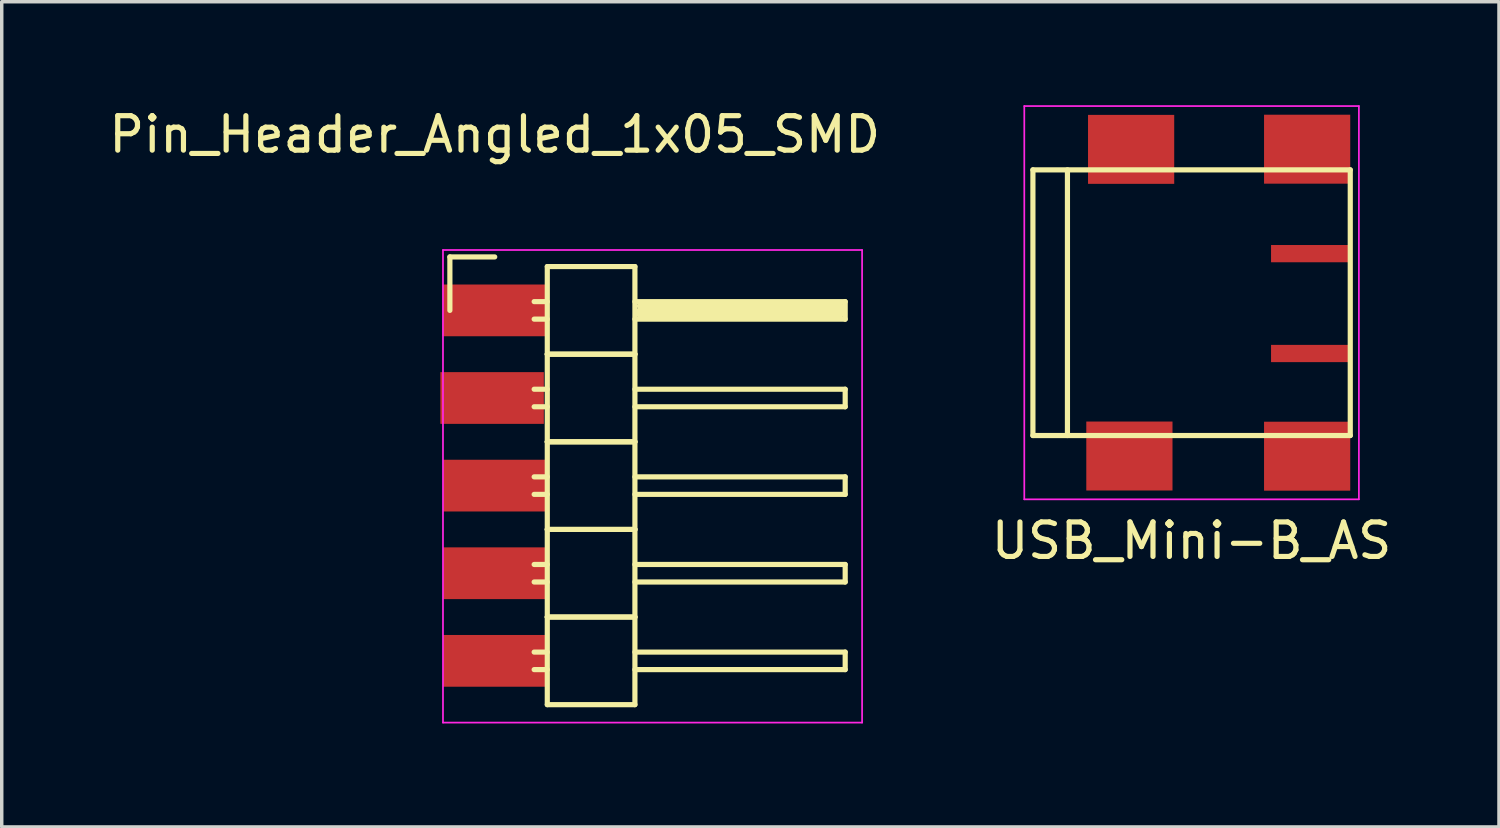
<source format=kicad_pcb>
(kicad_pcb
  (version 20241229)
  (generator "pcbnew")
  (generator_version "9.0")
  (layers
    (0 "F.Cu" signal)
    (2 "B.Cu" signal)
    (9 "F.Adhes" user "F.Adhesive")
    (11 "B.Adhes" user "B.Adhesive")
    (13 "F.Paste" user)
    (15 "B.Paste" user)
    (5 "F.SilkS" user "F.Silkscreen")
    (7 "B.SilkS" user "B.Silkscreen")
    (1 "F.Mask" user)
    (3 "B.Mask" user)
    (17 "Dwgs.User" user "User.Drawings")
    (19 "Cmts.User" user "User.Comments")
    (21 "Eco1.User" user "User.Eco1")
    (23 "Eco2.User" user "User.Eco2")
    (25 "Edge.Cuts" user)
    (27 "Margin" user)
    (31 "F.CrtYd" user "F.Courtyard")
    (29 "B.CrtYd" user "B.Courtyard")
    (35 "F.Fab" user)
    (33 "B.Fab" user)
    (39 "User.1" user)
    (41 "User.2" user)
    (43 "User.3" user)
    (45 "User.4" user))
  (footprint "Pin_Header_Angled_1x05_SMD"
    (layer "F.Cu")
    (at 11.292 5.948)
    (property "Reference" "Pin_Header_Angled_1x05_SMD" (at 0 -5.1 0) (layer "F.SilkS") (effects (font (size 1 1) (thickness 0.15))))
    (attr through_hole)
    (fp_line (start -1.3 -1.55) (end -1.3 0) (stroke (width 0.15) (type solid)) (layer "F.SilkS"))
    (fp_line (start 0 -1.55) (end -1.3 -1.55) (stroke (width 0.15) (type solid)) (layer "F.SilkS"))
    (fp_line (start 1.524 -1.27) (end 1.524 1.27) (stroke (width 0.15) (type solid)) (layer "F.SilkS"))
    (fp_line (start 1.524 -1.27) (end 4.064 -1.27) (stroke (width 0.15) (type solid)) (layer "F.SilkS"))
    (fp_line (start 1.524 -0.254) (end 1.143 -0.254) (stroke (width 0.15) (type solid)) (layer "F.SilkS"))
    (fp_line (start 1.524 0.254) (end 1.143 0.254) (stroke (width 0.15) (type solid)) (layer "F.SilkS"))
    (fp_line (start 1.524 1.27) (end 1.524 3.81) (stroke (width 0.15) (type solid)) (layer "F.SilkS"))
    (fp_line (start 1.524 1.27) (end 4.064 1.27) (stroke (width 0.15) (type solid)) (layer "F.SilkS"))
    (fp_line (start 1.524 1.27) (end 4.064 1.27) (stroke (width 0.15) (type solid)) (layer "F.SilkS"))
    (fp_line (start 1.524 2.286) (end 1.143 2.286) (stroke (width 0.15) (type solid)) (layer "F.SilkS"))
    (fp_line (start 1.524 2.794) (end 1.143 2.794) (stroke (width 0.15) (type solid)) (layer "F.SilkS"))
    (fp_line (start 1.524 3.81) (end 1.524 6.35) (stroke (width 0.15) (type solid)) (layer "F.SilkS"))
    (fp_line (start 1.524 3.81) (end 4.064 3.81) (stroke (width 0.15) (type solid)) (layer "F.SilkS"))
    (fp_line (start 1.524 3.81) (end 4.064 3.81) (stroke (width 0.15) (type solid)) (layer "F.SilkS"))
    (fp_line (start 1.524 4.826) (end 1.143 4.826) (stroke (width 0.15) (type solid)) (layer "F.SilkS"))
    (fp_line (start 1.524 5.334) (end 1.143 5.334) (stroke (width 0.15) (type solid)) (layer "F.SilkS"))
    (fp_line (start 1.524 6.35) (end 1.524 8.89) (stroke (width 0.15) (type solid)) (layer "F.SilkS"))
    (fp_line (start 1.524 6.35) (end 4.064 6.35) (stroke (width 0.15) (type solid)) (layer "F.SilkS"))
    (fp_line (start 1.524 6.35) (end 4.064 6.35) (stroke (width 0.15) (type solid)) (layer "F.SilkS"))
    (fp_line (start 1.524 7.366) (end 1.143 7.366) (stroke (width 0.15) (type solid)) (layer "F.SilkS"))
    (fp_line (start 1.524 7.874) (end 1.143 7.874) (stroke (width 0.15) (type solid)) (layer "F.SilkS"))
    (fp_line (start 1.524 8.89) (end 1.524 11.43) (stroke (width 0.15) (type solid)) (layer "F.SilkS"))
    (fp_line (start 1.524 8.89) (end 4.064 8.89) (stroke (width 0.15) (type solid)) (layer "F.SilkS"))
    (fp_line (start 1.524 8.89) (end 4.064 8.89) (stroke (width 0.15) (type solid)) (layer "F.SilkS"))
    (fp_line (start 1.524 9.906) (end 1.143 9.906) (stroke (width 0.15) (type solid)) (layer "F.SilkS"))
    (fp_line (start 1.524 10.414) (end 1.143 10.414) (stroke (width 0.15) (type solid)) (layer "F.SilkS"))
    (fp_line (start 1.524 11.43) (end 4.064 11.43) (stroke (width 0.15) (type solid)) (layer "F.SilkS"))
    (fp_line (start 4.064 -0.254) (end 10.16 -0.254) (stroke (width 0.15) (type solid)) (layer "F.SilkS"))
    (fp_line (start 4.064 1.27) (end 4.064 -1.27) (stroke (width 0.15) (type solid)) (layer "F.SilkS"))
    (fp_line (start 4.064 2.286) (end 10.16 2.286) (stroke (width 0.15) (type solid)) (layer "F.SilkS"))
    (fp_line (start 4.064 3.81) (end 4.064 1.27) (stroke (width 0.15) (type solid)) (layer "F.SilkS"))
    (fp_line (start 4.064 4.826) (end 10.16 4.826) (stroke (width 0.15) (type solid)) (layer "F.SilkS"))
    (fp_line (start 4.064 6.35) (end 4.064 3.81) (stroke (width 0.15) (type solid)) (layer "F.SilkS"))
    (fp_line (start 4.064 7.366) (end 10.16 7.366) (stroke (width 0.15) (type solid)) (layer "F.SilkS"))
    (fp_line (start 4.064 8.89) (end 4.064 6.35) (stroke (width 0.15) (type solid)) (layer "F.SilkS"))
    (fp_line (start 4.064 9.906) (end 10.16 9.906) (stroke (width 0.15) (type solid)) (layer "F.SilkS"))
    (fp_line (start 4.064 11.43) (end 4.064 8.89) (stroke (width 0.15) (type solid)) (layer "F.SilkS"))
    (fp_line (start 4.191 -0.127) (end 10.033 -0.127) (stroke (width 0.15) (type solid)) (layer "F.SilkS"))
    (fp_line (start 4.191 0) (end 10.033 0) (stroke (width 0.15) (type solid)) (layer "F.SilkS"))
    (fp_line (start 4.191 0.127) (end 4.191 0) (stroke (width 0.15) (type solid)) (layer "F.SilkS"))
    (fp_line (start 10.033 -0.127) (end 10.033 0.127) (stroke (width 0.15) (type solid)) (layer "F.SilkS"))
    (fp_line (start 10.033 0.127) (end 4.191 0.127) (stroke (width 0.15) (type solid)) (layer "F.SilkS"))
    (fp_line (start 10.16 -0.254) (end 10.16 0.254) (stroke (width 0.15) (type solid)) (layer "F.SilkS"))
    (fp_line (start 10.16 0.254) (end 4.064 0.254) (stroke (width 0.15) (type solid)) (layer "F.SilkS"))
    (fp_line (start 10.16 2.286) (end 10.16 2.794) (stroke (width 0.15) (type solid)) (layer "F.SilkS"))
    (fp_line (start 10.16 2.794) (end 4.064 2.794) (stroke (width 0.15) (type solid)) (layer "F.SilkS"))
    (fp_line (start 10.16 4.826) (end 10.16 5.334) (stroke (width 0.15) (type solid)) (layer "F.SilkS"))
    (fp_line (start 10.16 5.334) (end 4.064 5.334) (stroke (width 0.15) (type solid)) (layer "F.SilkS"))
    (fp_line (start 10.16 7.366) (end 10.16 7.874) (stroke (width 0.15) (type solid)) (layer "F.SilkS"))
    (fp_line (start 10.16 7.874) (end 4.064 7.874) (stroke (width 0.15) (type solid)) (layer "F.SilkS"))
    (fp_line (start 10.16 9.906) (end 10.16 10.414) (stroke (width 0.15) (type solid)) (layer "F.SilkS"))
    (fp_line (start 10.16 10.414) (end 4.064 10.414) (stroke (width 0.15) (type solid)) (layer "F.SilkS"))
    (fp_line (start -1.5 -1.75) (end -1.5 11.95) (stroke (width 0.05) (type solid)) (layer "F.CrtYd"))
    (fp_line (start -1.5 -1.75) (end 10.65 -1.75) (stroke (width 0.05) (type solid)) (layer "F.CrtYd"))
    (fp_line (start -1.5 11.95) (end 10.65 11.95) (stroke (width 0.05) (type solid)) (layer "F.CrtYd"))
    (fp_line (start 10.65 -1.75) (end 10.65 11.95) (stroke (width 0.05) (type solid)) (layer "F.CrtYd"))
    (pad "1" smd rect (at 0 0) (size 3.032 1.5) (layers "F.Cu" "F.Mask" "F.Paste"))
    (pad "2" smd rect (at -0.076 2.54) (size 3 1.5) (layers "F.Cu" "F.Mask" "F.Paste"))
    (pad "3" connect rect (at 0 5.08) (size 3 1.5) (layers "F.Cu" "F.Mask"))
    (pad "4" smd rect (at 0 7.62) (size 3 1.5) (layers "F.Cu" "F.Mask" "F.Paste"))
    (pad "5" smd rect (at 0 10.16) (size 3 1.5) (layers "F.Cu" "F.Mask" "F.Paste")))
  (footprint "USB_Mini-B_AS"
    (layer "F.Cu")
    (at 31.494 5.725)
    (property "Reference" "USB_Mini-B_AS" (at 0 6.901 0) (layer "F.SilkS") (effects (font (size 1 1) (thickness 0.15))))
    (attr smd)
    (fp_line (start -4.6 -3.851) (end -4.6 3.851) (stroke (width 0.15) (type solid)) (layer "F.SilkS"))
    (fp_line (start -4.6 3.851) (end 4.6 3.851) (stroke (width 0.15) (type solid)) (layer "F.SilkS"))
    (fp_line (start -3.599 -3.851) (end -3.599 3.851) (stroke (width 0.15) (type solid)) (layer "F.SilkS"))
    (fp_line (start 4.6 -3.851) (end -4.6 -3.851) (stroke (width 0.15) (type solid)) (layer "F.SilkS"))
    (fp_line (start 4.6 3.851) (end 4.6 -3.851) (stroke (width 0.15) (type solid)) (layer "F.SilkS"))
    (fp_line (start -4.85 -5.7) (end 4.85 -5.7) (stroke (width 0.05) (type solid)) (layer "F.CrtYd"))
    (fp_line (start -4.85 5.7) (end -4.85 -5.7) (stroke (width 0.05) (type solid)) (layer "F.CrtYd"))
    (fp_line (start 4.85 -5.7) (end 4.85 5.7) (stroke (width 0.05) (type solid)) (layer "F.CrtYd"))
    (fp_line (start 4.85 5.7) (end -4.85 5.7) (stroke (width 0.05) (type solid)) (layer "F.CrtYd"))
    (pad "1" smd rect (at 3.454 -1.422) (size 2.301 0.5) (layers "F.Cu" "F.Mask" "F.Paste"))
    (pad "5" smd rect (at 3.454 1.473) (size 2.301 0.5) (layers "F.Cu" "F.Mask" "F.Paste"))
    (pad "6" smd rect (at -1.803 4.445) (size 2.499 1.999) (layers "F.Cu" "F.Mask" "F.Paste"))
    (pad "6" smd rect (at -1.753 -4.445) (size 2.499 1.999) (layers "F.Cu" "F.Mask" "F.Paste"))
    (pad "6" smd rect (at 3.35 -4.45) (size 2.499 1.999) (layers "F.Cu" "F.Mask" "F.Paste"))
    (pad "6" smd rect (at 3.35 4.45) (size 2.499 1.999) (layers "F.Cu" "F.Mask" "F.Paste")))
  (gr_rect
    (start -3 -3)
    (end 40.405 20.923)
    (stroke (width 0.1) (type default))
    (fill no)
    (layer "Edge.Cuts")))
</source>
